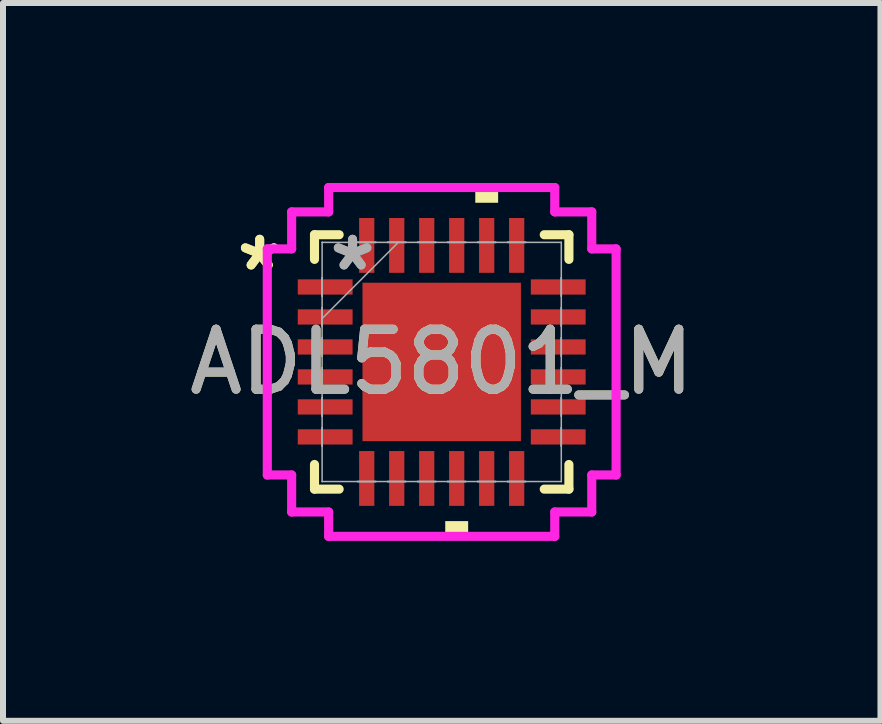
<source format=kicad_pcb>
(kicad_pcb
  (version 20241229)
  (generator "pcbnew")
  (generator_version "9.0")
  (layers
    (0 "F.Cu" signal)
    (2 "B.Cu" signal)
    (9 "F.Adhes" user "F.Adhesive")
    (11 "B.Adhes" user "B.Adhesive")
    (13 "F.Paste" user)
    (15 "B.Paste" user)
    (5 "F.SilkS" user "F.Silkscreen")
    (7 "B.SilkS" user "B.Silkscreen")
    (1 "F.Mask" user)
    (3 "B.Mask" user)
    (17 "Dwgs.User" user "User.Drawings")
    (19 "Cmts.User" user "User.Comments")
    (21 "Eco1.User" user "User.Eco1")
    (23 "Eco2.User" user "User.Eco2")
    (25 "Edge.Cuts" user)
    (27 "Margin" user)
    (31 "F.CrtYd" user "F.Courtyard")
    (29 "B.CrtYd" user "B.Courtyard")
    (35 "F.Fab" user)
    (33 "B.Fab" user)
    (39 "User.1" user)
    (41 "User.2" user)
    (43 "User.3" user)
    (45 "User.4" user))
  (footprint "ADL5801_M"
    (layer "F.Cu")
    (at 4.315 2.985)
    (property "Reference" "ADL5801_M" (at 0 0 0) (unlocked yes) (layer "F.SilkS") (effects (font (size 1 1) (thickness 0.15))))
    (attr smd)
    (fp_line (start -2.121 -2.121) (end -2.121 -1.71) (stroke (width 0.152) (type solid)) (layer "F.SilkS"))
    (fp_line (start -2.121 1.71) (end -2.121 2.121) (stroke (width 0.152) (type solid)) (layer "F.SilkS"))
    (fp_line (start -2.121 2.121) (end -1.71 2.121) (stroke (width 0.152) (type solid)) (layer "F.SilkS"))
    (fp_line (start -1.71 -2.121) (end -2.121 -2.121) (stroke (width 0.152) (type solid)) (layer "F.SilkS"))
    (fp_line (start 1.71 2.121) (end 2.121 2.121) (stroke (width 0.152) (type solid)) (layer "F.SilkS"))
    (fp_line (start 2.121 -2.121) (end 1.71 -2.121) (stroke (width 0.152) (type solid)) (layer "F.SilkS"))
    (fp_line (start 2.121 -1.71) (end 2.121 -2.121) (stroke (width 0.152) (type solid)) (layer "F.SilkS"))
    (fp_line (start 2.121 2.121) (end 2.121 1.71) (stroke (width 0.152) (type solid)) (layer "F.SilkS"))
    (fp_poly (pts (xy 0.059 2.654) (xy 0.059 2.908) (xy 0.441 2.908) (xy 0.441 2.654)) (stroke (width 0) (type solid)) (fill yes) (layer "F.SilkS"))
    (fp_poly (pts (xy 0.56 -2.654) (xy 0.56 -2.908) (xy 0.941 -2.908) (xy 0.941 -2.654)) (stroke (width 0) (type solid)) (fill yes) (layer "F.SilkS"))
    (fp_poly (pts (xy -1.221 -1.221) (xy -1.221 -0.1) (xy -0.1 -0.1) (xy -0.1 -1.221)) (stroke (width 0) (type solid)) (fill yes) (layer "F.Paste"))
    (fp_poly (pts (xy -1.221 0.1) (xy -1.221 1.221) (xy -0.1 1.221) (xy -0.1 0.1)) (stroke (width 0) (type solid)) (fill yes) (layer "F.Paste"))
    (fp_poly (pts (xy 0.1 -1.221) (xy 0.1 -0.1) (xy 1.221 -0.1) (xy 1.221 -1.221)) (stroke (width 0) (type solid)) (fill yes) (layer "F.Paste"))
    (fp_poly (pts (xy 0.1 0.1) (xy 0.1 1.221) (xy 1.221 1.221) (xy 1.221 0.1)) (stroke (width 0) (type solid)) (fill yes) (layer "F.Paste"))
    (fp_line (start -2.908 -1.885) (end -2.502 -1.885) (stroke (width 0.152) (type solid)) (layer "F.CrtYd"))
    (fp_line (start -2.908 1.885) (end -2.908 -1.885) (stroke (width 0.152) (type solid)) (layer "F.CrtYd"))
    (fp_line (start -2.502 -2.502) (end -1.885 -2.502) (stroke (width 0.152) (type solid)) (layer "F.CrtYd"))
    (fp_line (start -2.502 -1.885) (end -2.502 -2.502) (stroke (width 0.152) (type solid)) (layer "F.CrtYd"))
    (fp_line (start -2.502 1.885) (end -2.908 1.885) (stroke (width 0.152) (type solid)) (layer "F.CrtYd"))
    (fp_line (start -2.502 2.502) (end -2.502 1.885) (stroke (width 0.152) (type solid)) (layer "F.CrtYd"))
    (fp_line (start -1.885 -2.908) (end 1.885 -2.908) (stroke (width 0.152) (type solid)) (layer "F.CrtYd"))
    (fp_line (start -1.885 -2.502) (end -1.885 -2.908) (stroke (width 0.152) (type solid)) (layer "F.CrtYd"))
    (fp_line (start -1.885 2.502) (end -2.502 2.502) (stroke (width 0.152) (type solid)) (layer "F.CrtYd"))
    (fp_line (start -1.885 2.908) (end -1.885 2.502) (stroke (width 0.152) (type solid)) (layer "F.CrtYd"))
    (fp_line (start 1.885 -2.908) (end 1.885 -2.502) (stroke (width 0.152) (type solid)) (layer "F.CrtYd"))
    (fp_line (start 1.885 -2.502) (end 2.502 -2.502) (stroke (width 0.152) (type solid)) (layer "F.CrtYd"))
    (fp_line (start 1.885 2.502) (end 1.885 2.908) (stroke (width 0.152) (type solid)) (layer "F.CrtYd"))
    (fp_line (start 1.885 2.908) (end -1.885 2.908) (stroke (width 0.152) (type solid)) (layer "F.CrtYd"))
    (fp_line (start 2.502 -2.502) (end 2.502 -1.885) (stroke (width 0.152) (type solid)) (layer "F.CrtYd"))
    (fp_line (start 2.502 -1.885) (end 2.908 -1.885) (stroke (width 0.152) (type solid)) (layer "F.CrtYd"))
    (fp_line (start 2.502 1.885) (end 2.502 2.502) (stroke (width 0.152) (type solid)) (layer "F.CrtYd"))
    (fp_line (start 2.502 2.502) (end 1.885 2.502) (stroke (width 0.152) (type solid)) (layer "F.CrtYd"))
    (fp_line (start 2.908 -1.885) (end 2.908 1.885) (stroke (width 0.152) (type solid)) (layer "F.CrtYd"))
    (fp_line (start 2.908 1.885) (end 2.502 1.885) (stroke (width 0.152) (type solid)) (layer "F.CrtYd"))
    (fp_line (start -1.994 -1.994) (end -1.994 -1.994) (stroke (width 0.025) (type solid)) (layer "F.Fab"))
    (fp_line (start -1.994 -1.994) (end -1.994 1.994) (stroke (width 0.025) (type solid)) (layer "F.Fab"))
    (fp_line (start -1.994 -1.402) (end -1.994 -1.402) (stroke (width 0.025) (type solid)) (layer "F.Fab"))
    (fp_line (start -1.994 -1.402) (end -1.994 -1.098) (stroke (width 0.025) (type solid)) (layer "F.Fab"))
    (fp_line (start -1.994 -1.098) (end -1.994 -1.402) (stroke (width 0.025) (type solid)) (layer "F.Fab"))
    (fp_line (start -1.994 -1.098) (end -1.994 -1.098) (stroke (width 0.025) (type solid)) (layer "F.Fab"))
    (fp_line (start -1.994 -0.902) (end -1.994 -0.902) (stroke (width 0.025) (type solid)) (layer "F.Fab"))
    (fp_line (start -1.994 -0.902) (end -1.994 -0.598) (stroke (width 0.025) (type solid)) (layer "F.Fab"))
    (fp_line (start -1.994 -0.724) (end -0.724 -1.994) (stroke (width 0.025) (type solid)) (layer "F.Fab"))
    (fp_line (start -1.994 -0.598) (end -1.994 -0.902) (stroke (width 0.025) (type solid)) (layer "F.Fab"))
    (fp_line (start -1.994 -0.598) (end -1.994 -0.598) (stroke (width 0.025) (type solid)) (layer "F.Fab"))
    (fp_line (start -1.994 -0.402) (end -1.994 -0.402) (stroke (width 0.025) (type solid)) (layer "F.Fab"))
    (fp_line (start -1.994 -0.402) (end -1.994 -0.098) (stroke (width 0.025) (type solid)) (layer "F.Fab"))
    (fp_line (start -1.994 -0.098) (end -1.994 -0.402) (stroke (width 0.025) (type solid)) (layer "F.Fab"))
    (fp_line (start -1.994 -0.098) (end -1.994 -0.098) (stroke (width 0.025) (type solid)) (layer "F.Fab"))
    (fp_line (start -1.994 0.098) (end -1.994 0.098) (stroke (width 0.025) (type solid)) (layer "F.Fab"))
    (fp_line (start -1.994 0.098) (end -1.994 0.402) (stroke (width 0.025) (type solid)) (layer "F.Fab"))
    (fp_line (start -1.994 0.402) (end -1.994 0.098) (stroke (width 0.025) (type solid)) (layer "F.Fab"))
    (fp_line (start -1.994 0.402) (end -1.994 0.402) (stroke (width 0.025) (type solid)) (layer "F.Fab"))
    (fp_line (start -1.994 0.598) (end -1.994 0.598) (stroke (width 0.025) (type solid)) (layer "F.Fab"))
    (fp_line (start -1.994 0.598) (end -1.994 0.902) (stroke (width 0.025) (type solid)) (layer "F.Fab"))
    (fp_line (start -1.994 0.902) (end -1.994 0.598) (stroke (width 0.025) (type solid)) (layer "F.Fab"))
    (fp_line (start -1.994 0.902) (end -1.994 0.902) (stroke (width 0.025) (type solid)) (layer "F.Fab"))
    (fp_line (start -1.994 1.098) (end -1.994 1.098) (stroke (width 0.025) (type solid)) (layer "F.Fab"))
    (fp_line (start -1.994 1.098) (end -1.994 1.402) (stroke (width 0.025) (type solid)) (layer "F.Fab"))
    (fp_line (start -1.994 1.402) (end -1.994 1.098) (stroke (width 0.025) (type solid)) (layer "F.Fab"))
    (fp_line (start -1.994 1.402) (end -1.994 1.402) (stroke (width 0.025) (type solid)) (layer "F.Fab"))
    (fp_line (start -1.994 1.994) (end -1.994 1.994) (stroke (width 0.025) (type solid)) (layer "F.Fab"))
    (fp_line (start -1.994 1.994) (end 1.994 1.994) (stroke (width 0.025) (type solid)) (layer "F.Fab"))
    (fp_line (start -1.402 -1.994) (end -1.402 -1.994) (stroke (width 0.025) (type solid)) (layer "F.Fab"))
    (fp_line (start -1.402 -1.994) (end -1.098 -1.994) (stroke (width 0.025) (type solid)) (layer "F.Fab"))
    (fp_line (start -1.402 1.994) (end -1.402 1.994) (stroke (width 0.025) (type solid)) (layer "F.Fab"))
    (fp_line (start -1.402 1.994) (end -1.098 1.994) (stroke (width 0.025) (type solid)) (layer "F.Fab"))
    (fp_line (start -1.098 -1.994) (end -1.402 -1.994) (stroke (width 0.025) (type solid)) (layer "F.Fab"))
    (fp_line (start -1.098 -1.994) (end -1.098 -1.994) (stroke (width 0.025) (type solid)) (layer "F.Fab"))
    (fp_line (start -1.098 1.994) (end -1.402 1.994) (stroke (width 0.025) (type solid)) (layer "F.Fab"))
    (fp_line (start -1.098 1.994) (end -1.098 1.994) (stroke (width 0.025) (type solid)) (layer "F.Fab"))
    (fp_line (start -0.902 -1.994) (end -0.902 -1.994) (stroke (width 0.025) (type solid)) (layer "F.Fab"))
    (fp_line (start -0.902 -1.994) (end -0.598 -1.994) (stroke (width 0.025) (type solid)) (layer "F.Fab"))
    (fp_line (start -0.902 1.994) (end -0.902 1.994) (stroke (width 0.025) (type solid)) (layer "F.Fab"))
    (fp_line (start -0.902 1.994) (end -0.598 1.994) (stroke (width 0.025) (type solid)) (layer "F.Fab"))
    (fp_line (start -0.598 -1.994) (end -0.902 -1.994) (stroke (width 0.025) (type solid)) (layer "F.Fab"))
    (fp_line (start -0.598 -1.994) (end -0.598 -1.994) (stroke (width 0.025) (type solid)) (layer "F.Fab"))
    (fp_line (start -0.598 1.994) (end -0.902 1.994) (stroke (width 0.025) (type solid)) (layer "F.Fab"))
    (fp_line (start -0.598 1.994) (end -0.598 1.994) (stroke (width 0.025) (type solid)) (layer "F.Fab"))
    (fp_line (start -0.402 -1.994) (end -0.402 -1.994) (stroke (width 0.025) (type solid)) (layer "F.Fab"))
    (fp_line (start -0.402 -1.994) (end -0.098 -1.994) (stroke (width 0.025) (type solid)) (layer "F.Fab"))
    (fp_line (start -0.402 1.994) (end -0.402 1.994) (stroke (width 0.025) (type solid)) (layer "F.Fab"))
    (fp_line (start -0.402 1.994) (end -0.098 1.994) (stroke (width 0.025) (type solid)) (layer "F.Fab"))
    (fp_line (start -0.098 -1.994) (end -0.402 -1.994) (stroke (width 0.025) (type solid)) (layer "F.Fab"))
    (fp_line (start -0.098 -1.994) (end -0.098 -1.994) (stroke (width 0.025) (type solid)) (layer "F.Fab"))
    (fp_line (start -0.098 1.994) (end -0.402 1.994) (stroke (width 0.025) (type solid)) (layer "F.Fab"))
    (fp_line (start -0.098 1.994) (end -0.098 1.994) (stroke (width 0.025) (type solid)) (layer "F.Fab"))
    (fp_line (start 0.098 -1.994) (end 0.098 -1.994) (stroke (width 0.025) (type solid)) (layer "F.Fab"))
    (fp_line (start 0.098 -1.994) (end 0.402 -1.994) (stroke (width 0.025) (type solid)) (layer "F.Fab"))
    (fp_line (start 0.098 1.994) (end 0.098 1.994) (stroke (width 0.025) (type solid)) (layer "F.Fab"))
    (fp_line (start 0.098 1.994) (end 0.402 1.994) (stroke (width 0.025) (type solid)) (layer "F.Fab"))
    (fp_line (start 0.402 -1.994) (end 0.098 -1.994) (stroke (width 0.025) (type solid)) (layer "F.Fab"))
    (fp_line (start 0.402 -1.994) (end 0.402 -1.994) (stroke (width 0.025) (type solid)) (layer "F.Fab"))
    (fp_line (start 0.402 1.994) (end 0.098 1.994) (stroke (width 0.025) (type solid)) (layer "F.Fab"))
    (fp_line (start 0.402 1.994) (end 0.402 1.994) (stroke (width 0.025) (type solid)) (layer "F.Fab"))
    (fp_line (start 0.598 -1.994) (end 0.598 -1.994) (stroke (width 0.025) (type solid)) (layer "F.Fab"))
    (fp_line (start 0.598 -1.994) (end 0.902 -1.994) (stroke (width 0.025) (type solid)) (layer "F.Fab"))
    (fp_line (start 0.598 1.994) (end 0.598 1.994) (stroke (width 0.025) (type solid)) (layer "F.Fab"))
    (fp_line (start 0.598 1.994) (end 0.902 1.994) (stroke (width 0.025) (type solid)) (layer "F.Fab"))
    (fp_line (start 0.902 -1.994) (end 0.598 -1.994) (stroke (width 0.025) (type solid)) (layer "F.Fab"))
    (fp_line (start 0.902 -1.994) (end 0.902 -1.994) (stroke (width 0.025) (type solid)) (layer "F.Fab"))
    (fp_line (start 0.902 1.994) (end 0.598 1.994) (stroke (width 0.025) (type solid)) (layer "F.Fab"))
    (fp_line (start 0.902 1.994) (end 0.902 1.994) (stroke (width 0.025) (type solid)) (layer "F.Fab"))
    (fp_line (start 1.098 -1.994) (end 1.098 -1.994) (stroke (width 0.025) (type solid)) (layer "F.Fab"))
    (fp_line (start 1.098 -1.994) (end 1.402 -1.994) (stroke (width 0.025) (type solid)) (layer "F.Fab"))
    (fp_line (start 1.098 1.994) (end 1.098 1.994) (stroke (width 0.025) (type solid)) (layer "F.Fab"))
    (fp_line (start 1.098 1.994) (end 1.402 1.994) (stroke (width 0.025) (type solid)) (layer "F.Fab"))
    (fp_line (start 1.402 -1.994) (end 1.098 -1.994) (stroke (width 0.025) (type solid)) (layer "F.Fab"))
    (fp_line (start 1.402 -1.994) (end 1.402 -1.994) (stroke (width 0.025) (type solid)) (layer "F.Fab"))
    (fp_line (start 1.402 1.994) (end 1.098 1.994) (stroke (width 0.025) (type solid)) (layer "F.Fab"))
    (fp_line (start 1.402 1.994) (end 1.402 1.994) (stroke (width 0.025) (type solid)) (layer "F.Fab"))
    (fp_line (start 1.994 -1.994) (end -1.994 -1.994) (stroke (width 0.025) (type solid)) (layer "F.Fab"))
    (fp_line (start 1.994 -1.994) (end 1.994 -1.994) (stroke (width 0.025) (type solid)) (layer "F.Fab"))
    (fp_line (start 1.994 -1.402) (end 1.994 -1.402) (stroke (width 0.025) (type solid)) (layer "F.Fab"))
    (fp_line (start 1.994 -1.402) (end 1.994 -1.098) (stroke (width 0.025) (type solid)) (layer "F.Fab"))
    (fp_line (start 1.994 -1.098) (end 1.994 -1.402) (stroke (width 0.025) (type solid)) (layer "F.Fab"))
    (fp_line (start 1.994 -1.098) (end 1.994 -1.098) (stroke (width 0.025) (type solid)) (layer "F.Fab"))
    (fp_line (start 1.994 -0.902) (end 1.994 -0.902) (stroke (width 0.025) (type solid)) (layer "F.Fab"))
    (fp_line (start 1.994 -0.902) (end 1.994 -0.598) (stroke (width 0.025) (type solid)) (layer "F.Fab"))
    (fp_line (start 1.994 -0.598) (end 1.994 -0.902) (stroke (width 0.025) (type solid)) (layer "F.Fab"))
    (fp_line (start 1.994 -0.598) (end 1.994 -0.598) (stroke (width 0.025) (type solid)) (layer "F.Fab"))
    (fp_line (start 1.994 -0.402) (end 1.994 -0.402) (stroke (width 0.025) (type solid)) (layer "F.Fab"))
    (fp_line (start 1.994 -0.402) (end 1.994 -0.098) (stroke (width 0.025) (type solid)) (layer "F.Fab"))
    (fp_line (start 1.994 -0.098) (end 1.994 -0.402) (stroke (width 0.025) (type solid)) (layer "F.Fab"))
    (fp_line (start 1.994 -0.098) (end 1.994 -0.098) (stroke (width 0.025) (type solid)) (layer "F.Fab"))
    (fp_line (start 1.994 0.098) (end 1.994 0.098) (stroke (width 0.025) (type solid)) (layer "F.Fab"))
    (fp_line (start 1.994 0.098) (end 1.994 0.402) (stroke (width 0.025) (type solid)) (layer "F.Fab"))
    (fp_line (start 1.994 0.402) (end 1.994 0.098) (stroke (width 0.025) (type solid)) (layer "F.Fab"))
    (fp_line (start 1.994 0.402) (end 1.994 0.402) (stroke (width 0.025) (type solid)) (layer "F.Fab"))
    (fp_line (start 1.994 0.598) (end 1.994 0.598) (stroke (width 0.025) (type solid)) (layer "F.Fab"))
    (fp_line (start 1.994 0.598) (end 1.994 0.902) (stroke (width 0.025) (type solid)) (layer "F.Fab"))
    (fp_line (start 1.994 0.902) (end 1.994 0.598) (stroke (width 0.025) (type solid)) (layer "F.Fab"))
    (fp_line (start 1.994 0.902) (end 1.994 0.902) (stroke (width 0.025) (type solid)) (layer "F.Fab"))
    (fp_line (start 1.994 1.098) (end 1.994 1.098) (stroke (width 0.025) (type solid)) (layer "F.Fab"))
    (fp_line (start 1.994 1.098) (end 1.994 1.402) (stroke (width 0.025) (type solid)) (layer "F.Fab"))
    (fp_line (start 1.994 1.402) (end 1.994 1.098) (stroke (width 0.025) (type solid)) (layer "F.Fab"))
    (fp_line (start 1.994 1.402) (end 1.994 1.402) (stroke (width 0.025) (type solid)) (layer "F.Fab"))
    (fp_line (start 1.994 1.994) (end 1.994 -1.994) (stroke (width 0.025) (type solid)) (layer "F.Fab"))
    (fp_line (start 1.994 1.994) (end 1.994 1.994) (stroke (width 0.025) (type solid)) (layer "F.Fab"))
    (fp_text user "*" (at -3.035 -1.5 0) (layer "F.SilkS") (effects (font (size 1 1) (thickness 0.15))))
    (fp_text user "*" (at -3.035 -1.5 0) (unlocked yes) (layer "F.SilkS") (effects (font (size 1 1) (thickness 0.15))))
    (fp_text user "${REFERENCE}" (at 0 0 0) (unlocked yes) (layer "F.Fab") (effects (font (size 1 1) (thickness 0.15))))
    (fp_text user "*" (at -1.486 -1.5 0) (layer "F.Fab") (effects (font (size 1 1) (thickness 0.15))))
    (fp_text user "*" (at -1.486 -1.5 0) (unlocked yes) (layer "F.Fab") (effects (font (size 1 1) (thickness 0.15))))
    (pad "1" smd rect (at -1.943 -1.25 90) (size 0.254 0.914) (layers "F.Cu" "F.Mask" "F.Paste"))
    (pad "2" smd rect (at -1.943 -0.75 90) (size 0.254 0.914) (layers "F.Cu" "F.Mask" "F.Paste"))
    (pad "3" smd rect (at -1.943 -0.25 90) (size 0.254 0.914) (layers "F.Cu" "F.Mask" "F.Paste"))
    (pad "4" smd rect (at -1.943 0.25 90) (size 0.254 0.914) (layers "F.Cu" "F.Mask" "F.Paste"))
    (pad "5" smd rect (at -1.943 0.75 90) (size 0.254 0.914) (layers "F.Cu" "F.Mask" "F.Paste"))
    (pad "6" smd rect (at -1.943 1.25 90) (size 0.254 0.914) (layers "F.Cu" "F.Mask" "F.Paste"))
    (pad "7" smd rect (at -1.25 1.943) (size 0.254 0.914) (layers "F.Cu" "F.Mask" "F.Paste"))
    (pad "8" smd rect (at -0.75 1.943) (size 0.254 0.914) (layers "F.Cu" "F.Mask" "F.Paste"))
    (pad "9" smd rect (at -0.25 1.943) (size 0.254 0.914) (layers "F.Cu" "F.Mask" "F.Paste"))
    (pad "10" smd rect (at 0.25 1.943) (size 0.254 0.914) (layers "F.Cu" "F.Mask" "F.Paste"))
    (pad "11" smd rect (at 0.75 1.943) (size 0.254 0.914) (layers "F.Cu" "F.Mask" "F.Paste"))
    (pad "12" smd rect (at 1.25 1.943) (size 0.254 0.914) (layers "F.Cu" "F.Mask" "F.Paste"))
    (pad "13" smd rect (at 1.943 1.25 90) (size 0.254 0.914) (layers "F.Cu" "F.Mask" "F.Paste"))
    (pad "14" smd rect (at 1.943 0.75 90) (size 0.254 0.914) (layers "F.Cu" "F.Mask" "F.Paste"))
    (pad "15" smd rect (at 1.943 0.25 90) (size 0.254 0.914) (layers "F.Cu" "F.Mask" "F.Paste"))
    (pad "16" smd rect (at 1.943 -0.25 90) (size 0.254 0.914) (layers "F.Cu" "F.Mask" "F.Paste"))
    (pad "17" smd rect (at 1.943 -0.75 90) (size 0.254 0.914) (layers "F.Cu" "F.Mask" "F.Paste"))
    (pad "18" smd rect (at 1.943 -1.25 90) (size 0.254 0.914) (layers "F.Cu" "F.Mask" "F.Paste"))
    (pad "19" smd rect (at 1.25 -1.943) (size 0.254 0.914) (layers "F.Cu" "F.Mask" "F.Paste"))
    (pad "20" smd rect (at 0.75 -1.943) (size 0.254 0.914) (layers "F.Cu" "F.Mask" "F.Paste"))
    (pad "21" smd rect (at 0.25 -1.943) (size 0.254 0.914) (layers "F.Cu" "F.Mask" "F.Paste"))
    (pad "22" smd rect (at -0.25 -1.943) (size 0.254 0.914) (layers "F.Cu" "F.Mask" "F.Paste"))
    (pad "23" smd rect (at -0.75 -1.943) (size 0.254 0.914) (layers "F.Cu" "F.Mask" "F.Paste"))
    (pad "24" smd rect (at -1.25 -1.943) (size 0.254 0.914) (layers "F.Cu" "F.Mask" "F.Paste"))
    (pad "25" smd rect (at 0 0) (size 2.642 2.642) (layers "F.Cu" "F.Mask" "F.Paste")))
  (gr_rect
    (start -3 -3)
    (end 11.631 8.969)
    (stroke (width 0.1) (type default))
    (fill no)
    (layer "Edge.Cuts")))
</source>
